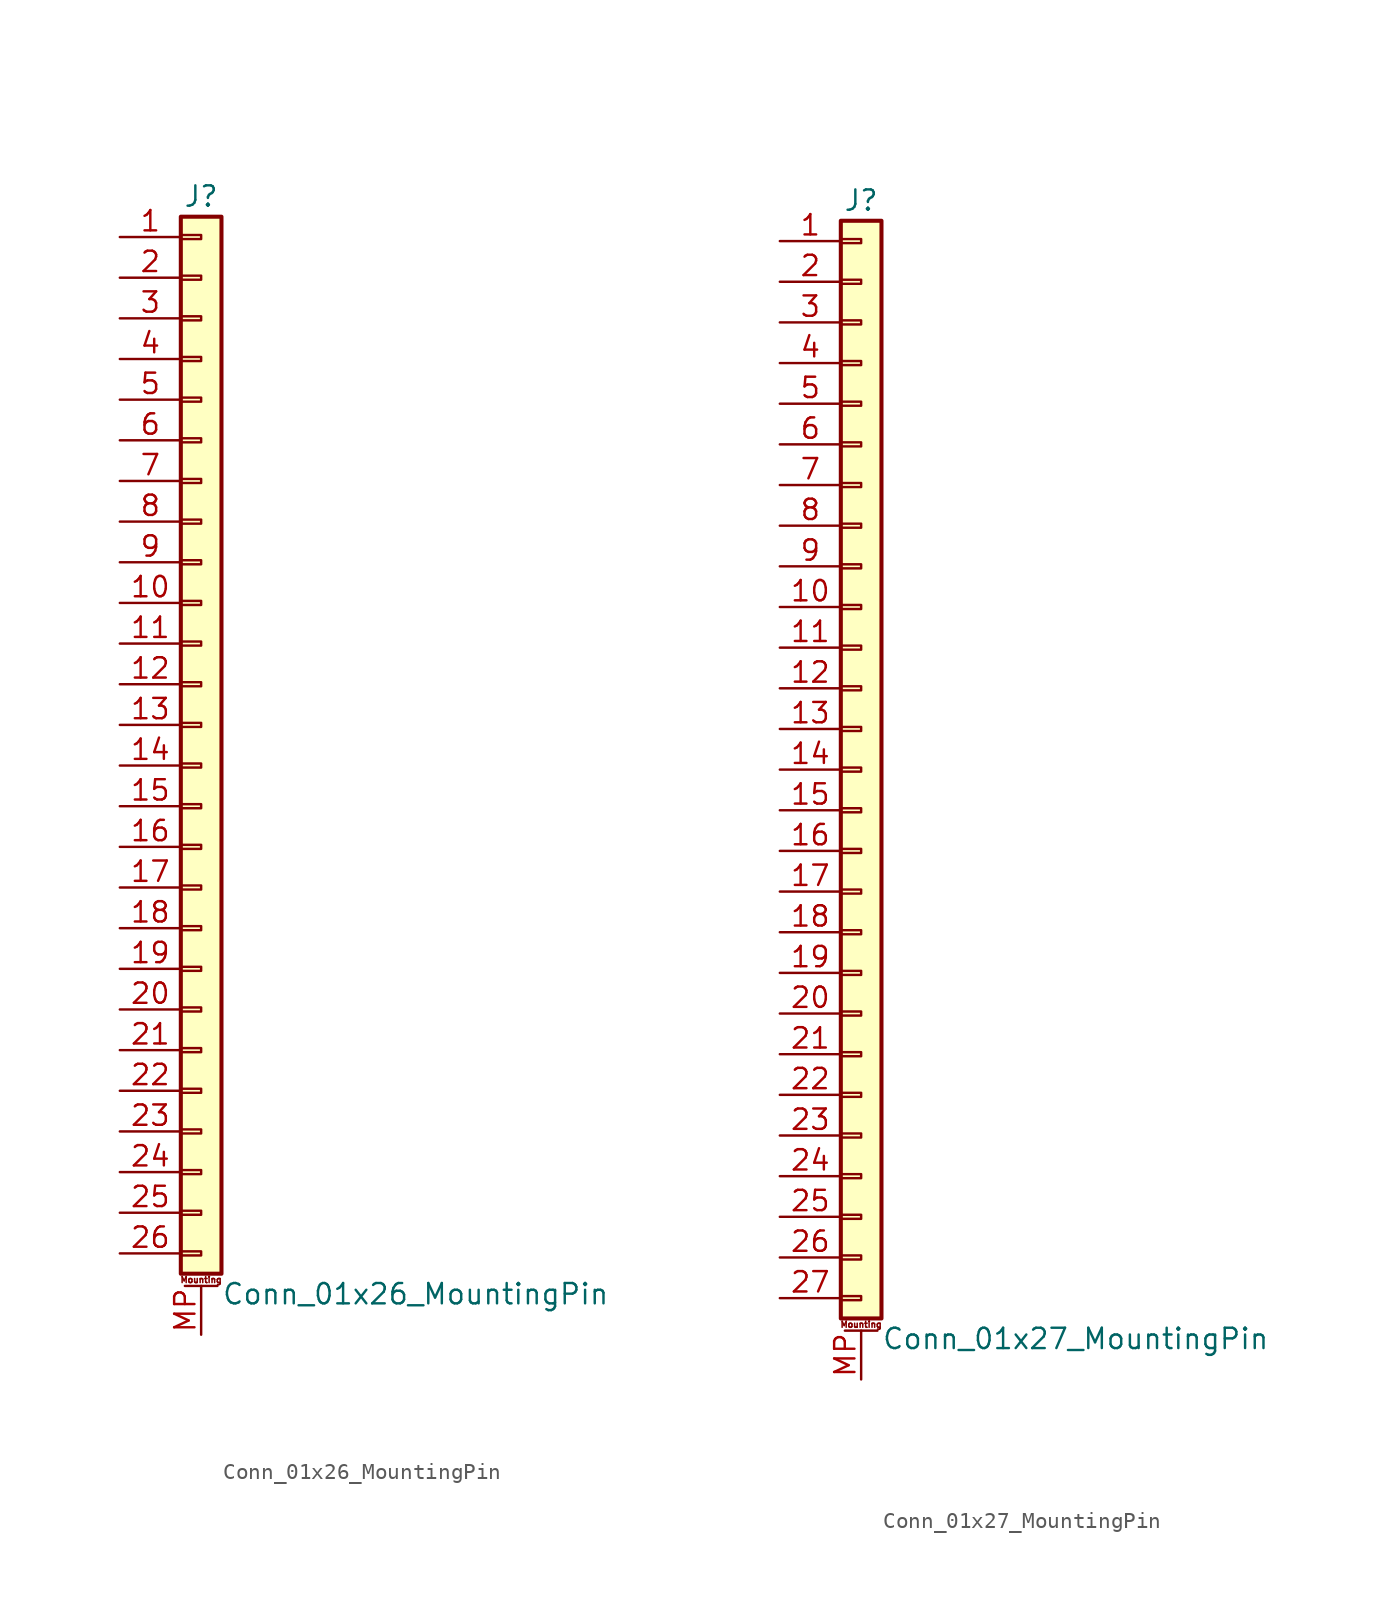
<source format=kicad_sym>
(kicad_symbol_lib
  (version 20220914)
  (generator kicad_symbol_editor)
  (symbol "Conn_01x26_MountingPin"
    (pin_names
      (offset 1.016) hide)
    (property "Reference" "J"
      (at 0 33.02 0)
      (effects (font (size 1.27 1.27))))
    (property "Value" "Conn_01x26_MountingPin"
      (at 1.27 -35.56 0)
      (effects (font (size 1.27 1.27)) (justify left)))
    (symbol "Conn_01x26_MountingPin_1_1"
      (rectangle (start -1.27 -32.893) (end 0 -33.147) (stroke (width 0.152) (type default)) (fill (type none)))
      (rectangle (start -1.27 -30.353) (end 0 -30.607) (stroke (width 0.152) (type default)) (fill (type none)))
      (rectangle (start -1.27 -27.813) (end 0 -28.067) (stroke (width 0.152) (type default)) (fill (type none)))
      (rectangle (start -1.27 -25.273) (end 0 -25.527) (stroke (width 0.152) (type default)) (fill (type none)))
      (rectangle (start -1.27 -22.733) (end 0 -22.987) (stroke (width 0.152) (type default)) (fill (type none)))
      (rectangle (start -1.27 -20.193) (end 0 -20.447) (stroke (width 0.152) (type default)) (fill (type none)))
      (rectangle (start -1.27 -17.653) (end 0 -17.907) (stroke (width 0.152) (type default)) (fill (type none)))
      (rectangle (start -1.27 -15.113) (end 0 -15.367) (stroke (width 0.152) (type default)) (fill (type none)))
      (rectangle (start -1.27 -12.573) (end 0 -12.827) (stroke (width 0.152) (type default)) (fill (type none)))
      (rectangle (start -1.27 -10.033) (end 0 -10.287) (stroke (width 0.152) (type default)) (fill (type none)))
      (rectangle (start -1.27 -7.493) (end 0 -7.747) (stroke (width 0.152) (type default)) (fill (type none)))
      (rectangle (start -1.27 -4.953) (end 0 -5.207) (stroke (width 0.152) (type default)) (fill (type none)))
      (rectangle (start -1.27 -2.413) (end 0 -2.667) (stroke (width 0.152) (type default)) (fill (type none)))
      (rectangle (start -1.27 0.127) (end 0 -0.127) (stroke (width 0.152) (type default)) (fill (type none)))
      (rectangle (start -1.27 2.667) (end 0 2.413) (stroke (width 0.152) (type default)) (fill (type none)))
      (rectangle (start -1.27 5.207) (end 0 4.953) (stroke (width 0.152) (type default)) (fill (type none)))
      (rectangle (start -1.27 7.747) (end 0 7.493) (stroke (width 0.152) (type default)) (fill (type none)))
      (rectangle (start -1.27 10.287) (end 0 10.033) (stroke (width 0.152) (type default)) (fill (type none)))
      (rectangle (start -1.27 12.827) (end 0 12.573) (stroke (width 0.152) (type default)) (fill (type none)))
      (rectangle (start -1.27 15.367) (end 0 15.113) (stroke (width 0.152) (type default)) (fill (type none)))
      (rectangle (start -1.27 17.907) (end 0 17.653) (stroke (width 0.152) (type default)) (fill (type none)))
      (rectangle (start -1.27 20.447) (end 0 20.193) (stroke (width 0.152) (type default)) (fill (type none)))
      (rectangle (start -1.27 22.987) (end 0 22.733) (stroke (width 0.152) (type default)) (fill (type none)))
      (rectangle (start -1.27 25.527) (end 0 25.273) (stroke (width 0.152) (type default)) (fill (type none)))
      (rectangle (start -1.27 28.067) (end 0 27.813) (stroke (width 0.152) (type default)) (fill (type none)))
      (rectangle (start -1.27 30.607) (end 0 30.353) (stroke (width 0.152) (type default)) (fill (type none)))
      (rectangle (start -1.27 31.75) (end 1.27 -34.29) (stroke (width 0.254) (type default)) (fill (type background)))
      (polyline (pts (xy -1.016 -35.052) (xy 1.016 -35.052)) (stroke (width 0.152) (type default)) (fill (type none)))
      (text "Mounting" (at 0 -34.671 0) (effects (font (size 0.381 0.381))))
      (pin passive line (at -5.08 30.48 0) (length 3.81) (name "Pin_1" (effects (font (size 1.27 1.27)))) (number "1" (effects (font (size 1.27 1.27)))))
      (pin passive line (at -5.08 7.62 0) (length 3.81) (name "Pin_10" (effects (font (size 1.27 1.27)))) (number "10" (effects (font (size 1.27 1.27)))))
      (pin passive line (at -5.08 5.08 0) (length 3.81) (name "Pin_11" (effects (font (size 1.27 1.27)))) (number "11" (effects (font (size 1.27 1.27)))))
      (pin passive line (at -5.08 2.54 0) (length 3.81) (name "Pin_12" (effects (font (size 1.27 1.27)))) (number "12" (effects (font (size 1.27 1.27)))))
      (pin passive line (at -5.08 0 0) (length 3.81) (name "Pin_13" (effects (font (size 1.27 1.27)))) (number "13" (effects (font (size 1.27 1.27)))))
      (pin passive line (at -5.08 -2.54 0) (length 3.81) (name "Pin_14" (effects (font (size 1.27 1.27)))) (number "14" (effects (font (size 1.27 1.27)))))
      (pin passive line (at -5.08 -5.08 0) (length 3.81) (name "Pin_15" (effects (font (size 1.27 1.27)))) (number "15" (effects (font (size 1.27 1.27)))))
      (pin passive line (at -5.08 -7.62 0) (length 3.81) (name "Pin_16" (effects (font (size 1.27 1.27)))) (number "16" (effects (font (size 1.27 1.27)))))
      (pin passive line (at -5.08 -10.16 0) (length 3.81) (name "Pin_17" (effects (font (size 1.27 1.27)))) (number "17" (effects (font (size 1.27 1.27)))))
      (pin passive line (at -5.08 -12.7 0) (length 3.81) (name "Pin_18" (effects (font (size 1.27 1.27)))) (number "18" (effects (font (size 1.27 1.27)))))
      (pin passive line (at -5.08 -15.24 0) (length 3.81) (name "Pin_19" (effects (font (size 1.27 1.27)))) (number "19" (effects (font (size 1.27 1.27)))))
      (pin passive line (at -5.08 27.94 0) (length 3.81) (name "Pin_2" (effects (font (size 1.27 1.27)))) (number "2" (effects (font (size 1.27 1.27)))))
      (pin passive line (at -5.08 -17.78 0) (length 3.81) (name "Pin_20" (effects (font (size 1.27 1.27)))) (number "20" (effects (font (size 1.27 1.27)))))
      (pin passive line (at -5.08 -20.32 0) (length 3.81) (name "Pin_21" (effects (font (size 1.27 1.27)))) (number "21" (effects (font (size 1.27 1.27)))))
      (pin passive line (at -5.08 -22.86 0) (length 3.81) (name "Pin_22" (effects (font (size 1.27 1.27)))) (number "22" (effects (font (size 1.27 1.27)))))
      (pin passive line (at -5.08 -25.4 0) (length 3.81) (name "Pin_23" (effects (font (size 1.27 1.27)))) (number "23" (effects (font (size 1.27 1.27)))))
      (pin passive line (at -5.08 -27.94 0) (length 3.81) (name "Pin_24" (effects (font (size 1.27 1.27)))) (number "24" (effects (font (size 1.27 1.27)))))
      (pin passive line (at -5.08 -30.48 0) (length 3.81) (name "Pin_25" (effects (font (size 1.27 1.27)))) (number "25" (effects (font (size 1.27 1.27)))))
      (pin passive line (at -5.08 -33.02 0) (length 3.81) (name "Pin_26" (effects (font (size 1.27 1.27)))) (number "26" (effects (font (size 1.27 1.27)))))
      (pin passive line (at -5.08 25.4 0) (length 3.81) (name "Pin_3" (effects (font (size 1.27 1.27)))) (number "3" (effects (font (size 1.27 1.27)))))
      (pin passive line (at -5.08 22.86 0) (length 3.81) (name "Pin_4" (effects (font (size 1.27 1.27)))) (number "4" (effects (font (size 1.27 1.27)))))
      (pin passive line (at -5.08 20.32 0) (length 3.81) (name "Pin_5" (effects (font (size 1.27 1.27)))) (number "5" (effects (font (size 1.27 1.27)))))
      (pin passive line (at -5.08 17.78 0) (length 3.81) (name "Pin_6" (effects (font (size 1.27 1.27)))) (number "6" (effects (font (size 1.27 1.27)))))
      (pin passive line (at -5.08 15.24 0) (length 3.81) (name "Pin_7" (effects (font (size 1.27 1.27)))) (number "7" (effects (font (size 1.27 1.27)))))
      (pin passive line (at -5.08 12.7 0) (length 3.81) (name "Pin_8" (effects (font (size 1.27 1.27)))) (number "8" (effects (font (size 1.27 1.27)))))
      (pin passive line (at -5.08 10.16 0) (length 3.81) (name "Pin_9" (effects (font (size 1.27 1.27)))) (number "9" (effects (font (size 1.27 1.27)))))
      (pin passive line (at 0 -38.1 90) (length 3.048) (name "MountPin" (effects (font (size 1.27 1.27)))) (number "MP" (effects (font (size 1.27 1.27)))))))
  (symbol "Conn_01x27_MountingPin"
    (pin_names
      (offset 1.016) hide)
    (property "Reference" "J"
      (at 0 35.56 0)
      (effects (font (size 1.27 1.27))))
    (property "Value" "Conn_01x27_MountingPin"
      (at 1.27 -35.56 0)
      (effects (font (size 1.27 1.27)) (justify left)))
    (symbol "Conn_01x27_MountingPin_1_1"
      (rectangle (start -1.27 -32.893) (end 0 -33.147) (stroke (width 0.152) (type default)) (fill (type none)))
      (rectangle (start -1.27 -30.353) (end 0 -30.607) (stroke (width 0.152) (type default)) (fill (type none)))
      (rectangle (start -1.27 -27.813) (end 0 -28.067) (stroke (width 0.152) (type default)) (fill (type none)))
      (rectangle (start -1.27 -25.273) (end 0 -25.527) (stroke (width 0.152) (type default)) (fill (type none)))
      (rectangle (start -1.27 -22.733) (end 0 -22.987) (stroke (width 0.152) (type default)) (fill (type none)))
      (rectangle (start -1.27 -20.193) (end 0 -20.447) (stroke (width 0.152) (type default)) (fill (type none)))
      (rectangle (start -1.27 -17.653) (end 0 -17.907) (stroke (width 0.152) (type default)) (fill (type none)))
      (rectangle (start -1.27 -15.113) (end 0 -15.367) (stroke (width 0.152) (type default)) (fill (type none)))
      (rectangle (start -1.27 -12.573) (end 0 -12.827) (stroke (width 0.152) (type default)) (fill (type none)))
      (rectangle (start -1.27 -10.033) (end 0 -10.287) (stroke (width 0.152) (type default)) (fill (type none)))
      (rectangle (start -1.27 -7.493) (end 0 -7.747) (stroke (width 0.152) (type default)) (fill (type none)))
      (rectangle (start -1.27 -4.953) (end 0 -5.207) (stroke (width 0.152) (type default)) (fill (type none)))
      (rectangle (start -1.27 -2.413) (end 0 -2.667) (stroke (width 0.152) (type default)) (fill (type none)))
      (rectangle (start -1.27 0.127) (end 0 -0.127) (stroke (width 0.152) (type default)) (fill (type none)))
      (rectangle (start -1.27 2.667) (end 0 2.413) (stroke (width 0.152) (type default)) (fill (type none)))
      (rectangle (start -1.27 5.207) (end 0 4.953) (stroke (width 0.152) (type default)) (fill (type none)))
      (rectangle (start -1.27 7.747) (end 0 7.493) (stroke (width 0.152) (type default)) (fill (type none)))
      (rectangle (start -1.27 10.287) (end 0 10.033) (stroke (width 0.152) (type default)) (fill (type none)))
      (rectangle (start -1.27 12.827) (end 0 12.573) (stroke (width 0.152) (type default)) (fill (type none)))
      (rectangle (start -1.27 15.367) (end 0 15.113) (stroke (width 0.152) (type default)) (fill (type none)))
      (rectangle (start -1.27 17.907) (end 0 17.653) (stroke (width 0.152) (type default)) (fill (type none)))
      (rectangle (start -1.27 20.447) (end 0 20.193) (stroke (width 0.152) (type default)) (fill (type none)))
      (rectangle (start -1.27 22.987) (end 0 22.733) (stroke (width 0.152) (type default)) (fill (type none)))
      (rectangle (start -1.27 25.527) (end 0 25.273) (stroke (width 0.152) (type default)) (fill (type none)))
      (rectangle (start -1.27 28.067) (end 0 27.813) (stroke (width 0.152) (type default)) (fill (type none)))
      (rectangle (start -1.27 30.607) (end 0 30.353) (stroke (width 0.152) (type default)) (fill (type none)))
      (rectangle (start -1.27 33.147) (end 0 32.893) (stroke (width 0.152) (type default)) (fill (type none)))
      (rectangle (start -1.27 34.29) (end 1.27 -34.29) (stroke (width 0.254) (type default)) (fill (type background)))
      (polyline (pts (xy -1.016 -35.052) (xy 1.016 -35.052)) (stroke (width 0.152) (type default)) (fill (type none)))
      (text "Mounting" (at 0 -34.671 0) (effects (font (size 0.381 0.381))))
      (pin passive line (at -5.08 33.02 0) (length 3.81) (name "Pin_1" (effects (font (size 1.27 1.27)))) (number "1" (effects (font (size 1.27 1.27)))))
      (pin passive line (at -5.08 10.16 0) (length 3.81) (name "Pin_10" (effects (font (size 1.27 1.27)))) (number "10" (effects (font (size 1.27 1.27)))))
      (pin passive line (at -5.08 7.62 0) (length 3.81) (name "Pin_11" (effects (font (size 1.27 1.27)))) (number "11" (effects (font (size 1.27 1.27)))))
      (pin passive line (at -5.08 5.08 0) (length 3.81) (name "Pin_12" (effects (font (size 1.27 1.27)))) (number "12" (effects (font (size 1.27 1.27)))))
      (pin passive line (at -5.08 2.54 0) (length 3.81) (name "Pin_13" (effects (font (size 1.27 1.27)))) (number "13" (effects (font (size 1.27 1.27)))))
      (pin passive line (at -5.08 0 0) (length 3.81) (name "Pin_14" (effects (font (size 1.27 1.27)))) (number "14" (effects (font (size 1.27 1.27)))))
      (pin passive line (at -5.08 -2.54 0) (length 3.81) (name "Pin_15" (effects (font (size 1.27 1.27)))) (number "15" (effects (font (size 1.27 1.27)))))
      (pin passive line (at -5.08 -5.08 0) (length 3.81) (name "Pin_16" (effects (font (size 1.27 1.27)))) (number "16" (effects (font (size 1.27 1.27)))))
      (pin passive line (at -5.08 -7.62 0) (length 3.81) (name "Pin_17" (effects (font (size 1.27 1.27)))) (number "17" (effects (font (size 1.27 1.27)))))
      (pin passive line (at -5.08 -10.16 0) (length 3.81) (name "Pin_18" (effects (font (size 1.27 1.27)))) (number "18" (effects (font (size 1.27 1.27)))))
      (pin passive line (at -5.08 -12.7 0) (length 3.81) (name "Pin_19" (effects (font (size 1.27 1.27)))) (number "19" (effects (font (size 1.27 1.27)))))
      (pin passive line (at -5.08 30.48 0) (length 3.81) (name "Pin_2" (effects (font (size 1.27 1.27)))) (number "2" (effects (font (size 1.27 1.27)))))
      (pin passive line (at -5.08 -15.24 0) (length 3.81) (name "Pin_20" (effects (font (size 1.27 1.27)))) (number "20" (effects (font (size 1.27 1.27)))))
      (pin passive line (at -5.08 -17.78 0) (length 3.81) (name "Pin_21" (effects (font (size 1.27 1.27)))) (number "21" (effects (font (size 1.27 1.27)))))
      (pin passive line (at -5.08 -20.32 0) (length 3.81) (name "Pin_22" (effects (font (size 1.27 1.27)))) (number "22" (effects (font (size 1.27 1.27)))))
      (pin passive line (at -5.08 -22.86 0) (length 3.81) (name "Pin_23" (effects (font (size 1.27 1.27)))) (number "23" (effects (font (size 1.27 1.27)))))
      (pin passive line (at -5.08 -25.4 0) (length 3.81) (name "Pin_24" (effects (font (size 1.27 1.27)))) (number "24" (effects (font (size 1.27 1.27)))))
      (pin passive line (at -5.08 -27.94 0) (length 3.81) (name "Pin_25" (effects (font (size 1.27 1.27)))) (number "25" (effects (font (size 1.27 1.27)))))
      (pin passive line (at -5.08 -30.48 0) (length 3.81) (name "Pin_26" (effects (font (size 1.27 1.27)))) (number "26" (effects (font (size 1.27 1.27)))))
      (pin passive line (at -5.08 -33.02 0) (length 3.81) (name "Pin_27" (effects (font (size 1.27 1.27)))) (number "27" (effects (font (size 1.27 1.27)))))
      (pin passive line (at -5.08 27.94 0) (length 3.81) (name "Pin_3" (effects (font (size 1.27 1.27)))) (number "3" (effects (font (size 1.27 1.27)))))
      (pin passive line (at -5.08 25.4 0) (length 3.81) (name "Pin_4" (effects (font (size 1.27 1.27)))) (number "4" (effects (font (size 1.27 1.27)))))
      (pin passive line (at -5.08 22.86 0) (length 3.81) (name "Pin_5" (effects (font (size 1.27 1.27)))) (number "5" (effects (font (size 1.27 1.27)))))
      (pin passive line (at -5.08 20.32 0) (length 3.81) (name "Pin_6" (effects (font (size 1.27 1.27)))) (number "6" (effects (font (size 1.27 1.27)))))
      (pin passive line (at -5.08 17.78 0) (length 3.81) (name "Pin_7" (effects (font (size 1.27 1.27)))) (number "7" (effects (font (size 1.27 1.27)))))
      (pin passive line (at -5.08 15.24 0) (length 3.81) (name "Pin_8" (effects (font (size 1.27 1.27)))) (number "8" (effects (font (size 1.27 1.27)))))
      (pin passive line (at -5.08 12.7 0) (length 3.81) (name "Pin_9" (effects (font (size 1.27 1.27)))) (number "9" (effects (font (size 1.27 1.27)))))
      (pin passive line (at 0 -38.1 90) (length 3.048) (name "MountPin" (effects (font (size 1.27 1.27)))) (number "MP" (effects (font (size 1.27 1.27))))))))
</source>
